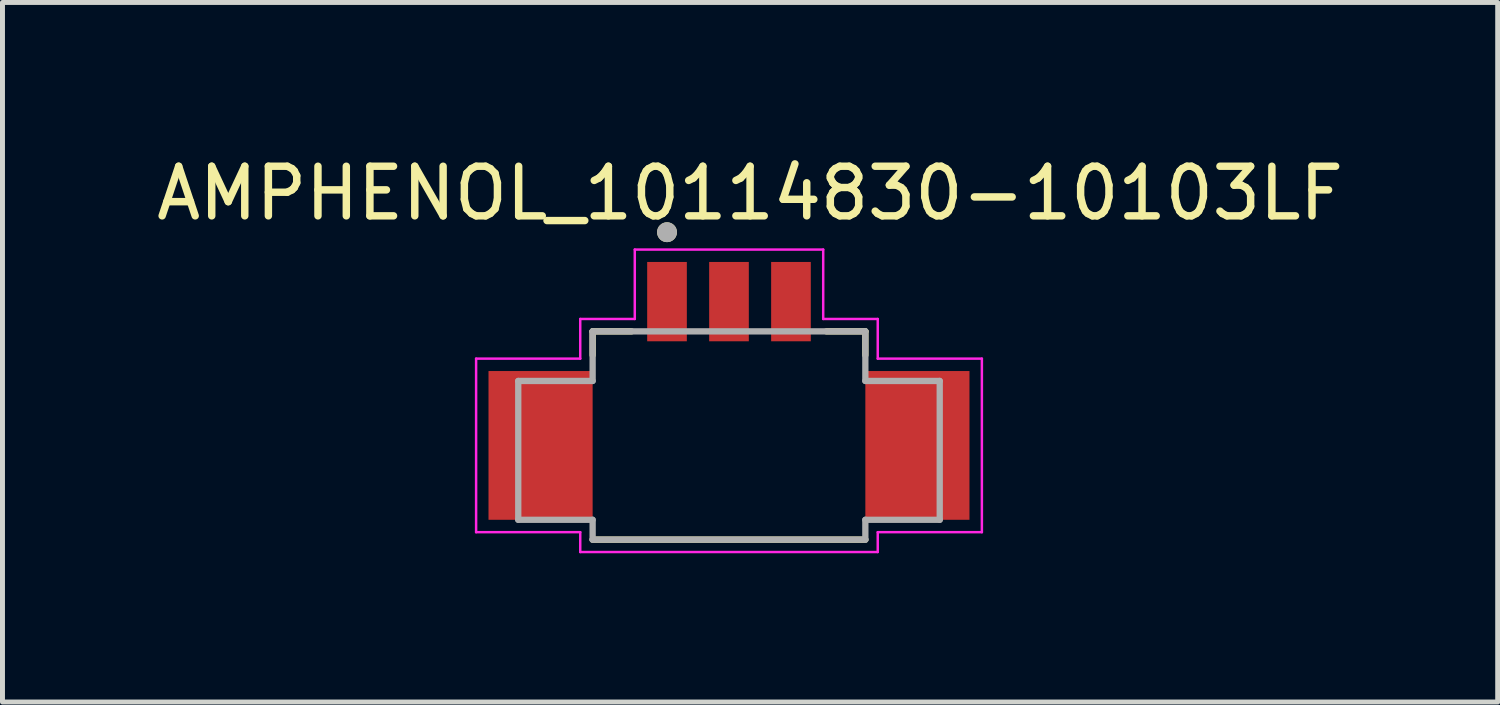
<source format=kicad_pcb>
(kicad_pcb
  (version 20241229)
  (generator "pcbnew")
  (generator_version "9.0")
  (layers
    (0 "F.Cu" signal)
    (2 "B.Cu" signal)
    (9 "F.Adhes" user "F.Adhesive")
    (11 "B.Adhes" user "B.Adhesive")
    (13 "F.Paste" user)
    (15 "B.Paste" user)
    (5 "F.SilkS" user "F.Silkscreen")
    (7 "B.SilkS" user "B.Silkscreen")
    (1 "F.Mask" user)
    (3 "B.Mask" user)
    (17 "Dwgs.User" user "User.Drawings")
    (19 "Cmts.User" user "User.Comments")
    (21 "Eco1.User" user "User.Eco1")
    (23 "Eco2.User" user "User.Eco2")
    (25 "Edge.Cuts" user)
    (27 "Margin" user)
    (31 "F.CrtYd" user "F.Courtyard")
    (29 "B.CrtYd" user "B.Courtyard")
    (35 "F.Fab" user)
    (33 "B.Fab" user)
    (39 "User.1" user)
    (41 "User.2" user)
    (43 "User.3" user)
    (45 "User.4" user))
  (footprint "AMPHENOL_10114830-10103LF"
    (layer "F.Cu")
    (at 11.652 5.733)
    (property "Reference" "AMPHENOL_10114830-10103LF" (at 0.425 -4.885 0) (layer "F.SilkS") (effects (font (size 1 1) (thickness 0.15))))
    (attr smd)
    (fp_line (start -2.75 -2.1) (end -2.75 -1.62) (stroke (width 0.127) (type solid)) (layer "F.SilkS"))
    (fp_line (start -2.75 2.1) (end 2.75 2.1) (stroke (width 0.127) (type solid)) (layer "F.SilkS"))
    (fp_line (start -1.965 -2.1) (end -2.75 -2.1) (stroke (width 0.127) (type solid)) (layer "F.SilkS"))
    (fp_line (start 1.965 -2.1) (end 2.75 -2.1) (stroke (width 0.127) (type solid)) (layer "F.SilkS"))
    (fp_line (start 2.75 -2.1) (end 2.75 -1.62) (stroke (width 0.127) (type solid)) (layer "F.SilkS"))
    (fp_circle (center -1.25 -4.1) (end -1.15 -4.1) (stroke (width 0.2) (type solid)) (fill no) (layer "F.SilkS"))
    (fp_line (start -5.1 -1.55) (end -5.1 1.95) (stroke (width 0.05) (type solid)) (layer "F.CrtYd"))
    (fp_line (start -5.1 1.95) (end -3 1.95) (stroke (width 0.05) (type solid)) (layer "F.CrtYd"))
    (fp_line (start -3 -2.35) (end -3 -1.55) (stroke (width 0.05) (type solid)) (layer "F.CrtYd"))
    (fp_line (start -3 -1.55) (end -5.1 -1.55) (stroke (width 0.05) (type solid)) (layer "F.CrtYd"))
    (fp_line (start -3 1.95) (end -3 2.35) (stroke (width 0.05) (type solid)) (layer "F.CrtYd"))
    (fp_line (start -3 2.35) (end 3 2.35) (stroke (width 0.05) (type solid)) (layer "F.CrtYd"))
    (fp_line (start -1.9 -3.75) (end -1.9 -2.35) (stroke (width 0.05) (type solid)) (layer "F.CrtYd"))
    (fp_line (start -1.9 -2.35) (end -3 -2.35) (stroke (width 0.05) (type solid)) (layer "F.CrtYd"))
    (fp_line (start 1.9 -3.75) (end -1.9 -3.75) (stroke (width 0.05) (type solid)) (layer "F.CrtYd"))
    (fp_line (start 1.9 -2.35) (end 1.9 -3.75) (stroke (width 0.05) (type solid)) (layer "F.CrtYd"))
    (fp_line (start 3 -2.35) (end 1.9 -2.35) (stroke (width 0.05) (type solid)) (layer "F.CrtYd"))
    (fp_line (start 3 -1.55) (end 3 -2.35) (stroke (width 0.05) (type solid)) (layer "F.CrtYd"))
    (fp_line (start 3 1.95) (end 3 2.35) (stroke (width 0.05) (type solid)) (layer "F.CrtYd"))
    (fp_line (start 5.1 -1.55) (end 3 -1.55) (stroke (width 0.05) (type solid)) (layer "F.CrtYd"))
    (fp_line (start 5.1 1.95) (end 3 1.95) (stroke (width 0.05) (type solid)) (layer "F.CrtYd"))
    (fp_line (start 5.1 1.95) (end 5.1 -1.55) (stroke (width 0.05) (type solid)) (layer "F.CrtYd"))
    (fp_line (start -4.25 -1.1) (end -4.25 1.7) (stroke (width 0.127) (type solid)) (layer "F.Fab"))
    (fp_line (start -4.25 1.7) (end -2.75 1.7) (stroke (width 0.127) (type solid)) (layer "F.Fab"))
    (fp_line (start -2.75 -2.1) (end -2.75 -1.1) (stroke (width 0.127) (type solid)) (layer "F.Fab"))
    (fp_line (start -2.75 -2.1) (end 2.75 -2.1) (stroke (width 0.127) (type solid)) (layer "F.Fab"))
    (fp_line (start -2.75 -1.1) (end -4.25 -1.1) (stroke (width 0.127) (type solid)) (layer "F.Fab"))
    (fp_line (start -2.75 1.7) (end -2.75 2.1) (stroke (width 0.127) (type solid)) (layer "F.Fab"))
    (fp_line (start -2.75 2.1) (end 2.75 2.1) (stroke (width 0.127) (type solid)) (layer "F.Fab"))
    (fp_line (start 2.75 -2.1) (end 2.75 -1.1) (stroke (width 0.127) (type solid)) (layer "F.Fab"))
    (fp_line (start 2.75 -1.1) (end 4.25 -1.1) (stroke (width 0.127) (type solid)) (layer "F.Fab"))
    (fp_line (start 2.75 1.7) (end 2.75 2.1) (stroke (width 0.127) (type solid)) (layer "F.Fab"))
    (fp_line (start 4.25 -1.1) (end 4.25 1.7) (stroke (width 0.127) (type solid)) (layer "F.Fab"))
    (fp_line (start 4.25 1.7) (end 2.75 1.7) (stroke (width 0.127) (type solid)) (layer "F.Fab"))
    (fp_circle (center -1.25 -4.1) (end -1.15 -4.1) (stroke (width 0.2) (type solid)) (fill no) (layer "F.Fab"))
    (pad "1" smd rect (at -1.25 -2.7) (size 0.8 1.6) (layers "F.Cu" "F.Mask" "F.Paste"))
    (pad "2" smd rect (at 0 -2.7) (size 0.8 1.6) (layers "F.Cu" "F.Mask" "F.Paste"))
    (pad "3" smd rect (at 1.25 -2.7) (size 0.8 1.6) (layers "F.Cu" "F.Mask" "F.Paste"))
    (pad "SH1" smd rect (at -3.8 0.2) (size 2.1 3) (layers "F.Cu" "F.Mask" "F.Paste"))
    (pad "SH2" smd rect (at 3.8 0.2) (size 2.1 3) (layers "F.Cu" "F.Mask" "F.Paste")))
  (gr_rect
    (start -3 -3)
    (end 27.155 11.108)
    (stroke (width 0.1) (type default))
    (fill no)
    (layer "Edge.Cuts")))
</source>
